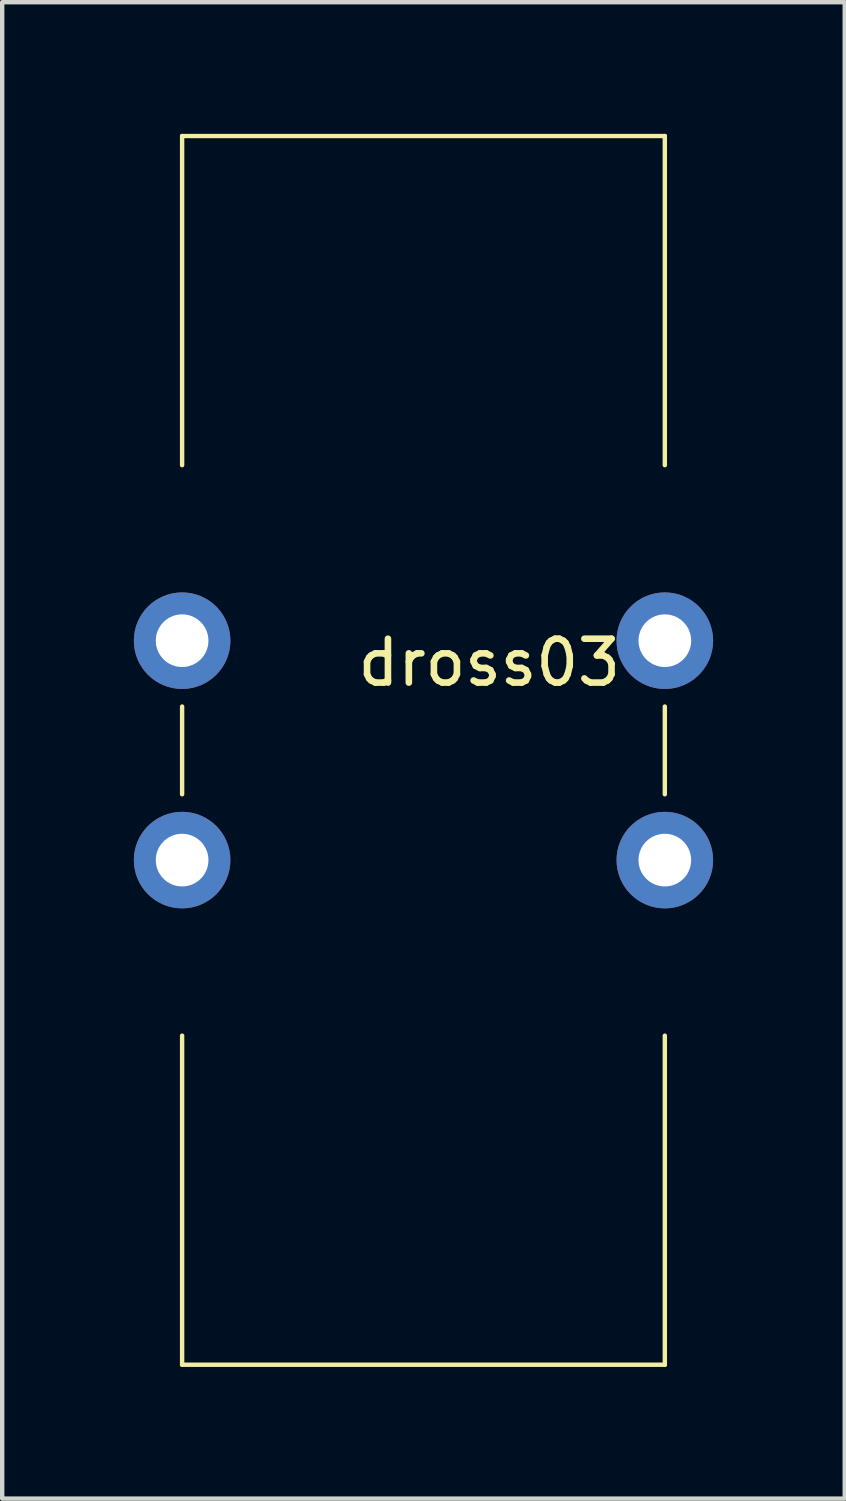
<source format=kicad_pcb>
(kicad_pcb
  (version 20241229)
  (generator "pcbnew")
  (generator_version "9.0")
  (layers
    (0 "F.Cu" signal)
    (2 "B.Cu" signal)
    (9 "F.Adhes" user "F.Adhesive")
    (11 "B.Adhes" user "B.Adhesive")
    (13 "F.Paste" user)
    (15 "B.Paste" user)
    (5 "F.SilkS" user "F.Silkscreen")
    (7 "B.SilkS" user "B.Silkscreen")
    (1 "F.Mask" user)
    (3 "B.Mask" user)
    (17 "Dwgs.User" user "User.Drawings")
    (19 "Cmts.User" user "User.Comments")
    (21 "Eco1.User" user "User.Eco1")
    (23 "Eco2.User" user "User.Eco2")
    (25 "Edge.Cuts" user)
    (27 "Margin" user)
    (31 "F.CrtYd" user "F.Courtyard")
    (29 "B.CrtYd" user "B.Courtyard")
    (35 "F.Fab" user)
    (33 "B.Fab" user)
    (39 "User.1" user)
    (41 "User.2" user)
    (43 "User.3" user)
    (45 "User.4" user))
  (footprint "dross03"
    (layer "F.Cu")
    (at 1.1 19.05)
    (property "Reference" "dross03" (at 7 -7 0) (layer "F.SilkS") (effects (font (size 1 1) (thickness 0.15))))
    (fp_line (start 0 -19) (end 0 -11.5) (stroke (width 0.1) (type default)) (layer "F.SilkS"))
    (fp_line (start 0 -6) (end 0 -4) (stroke (width 0.1) (type default)) (layer "F.SilkS"))
    (fp_line (start 0 1.5) (end 0 9) (stroke (width 0.1) (type default)) (layer "F.SilkS"))
    (fp_line (start 0 9) (end 11 9) (stroke (width 0.1) (type default)) (layer "F.SilkS"))
    (fp_line (start 11 -19) (end 0 -19) (stroke (width 0.1) (type default)) (layer "F.SilkS"))
    (fp_line (start 11 -19) (end 11 -11.5) (stroke (width 0.1) (type default)) (layer "F.SilkS"))
    (fp_line (start 11 -6) (end 11 -4) (stroke (width 0.1) (type default)) (layer "F.SilkS"))
    (fp_line (start 11 1.5) (end 11 9) (stroke (width 0.1) (type default)) (layer "F.SilkS"))
    (pad "1" thru_hole circle (at 0 -7.5) (size 2.2 2.2) (drill 1.2) (layers "*.Cu" "*.Mask"))
    (pad "1" thru_hole circle (at 11 -7.5) (size 2.2 2.2) (drill 1.2) (layers "*.Cu" "*.Mask"))
    (pad "2" thru_hole circle (at 0 -2.5) (size 2.2 2.2) (drill 1.2) (layers "*.Cu" "*.Mask"))
    (pad "2" thru_hole circle (at 11 -2.5) (size 2.2 2.2) (drill 1.2) (layers "*.Cu" "*.Mask")))
  (gr_rect
    (start -3 -3)
    (end 16.2 31.1)
    (stroke (width 0.1) (type default))
    (fill no)
    (layer "Edge.Cuts")))
</source>
